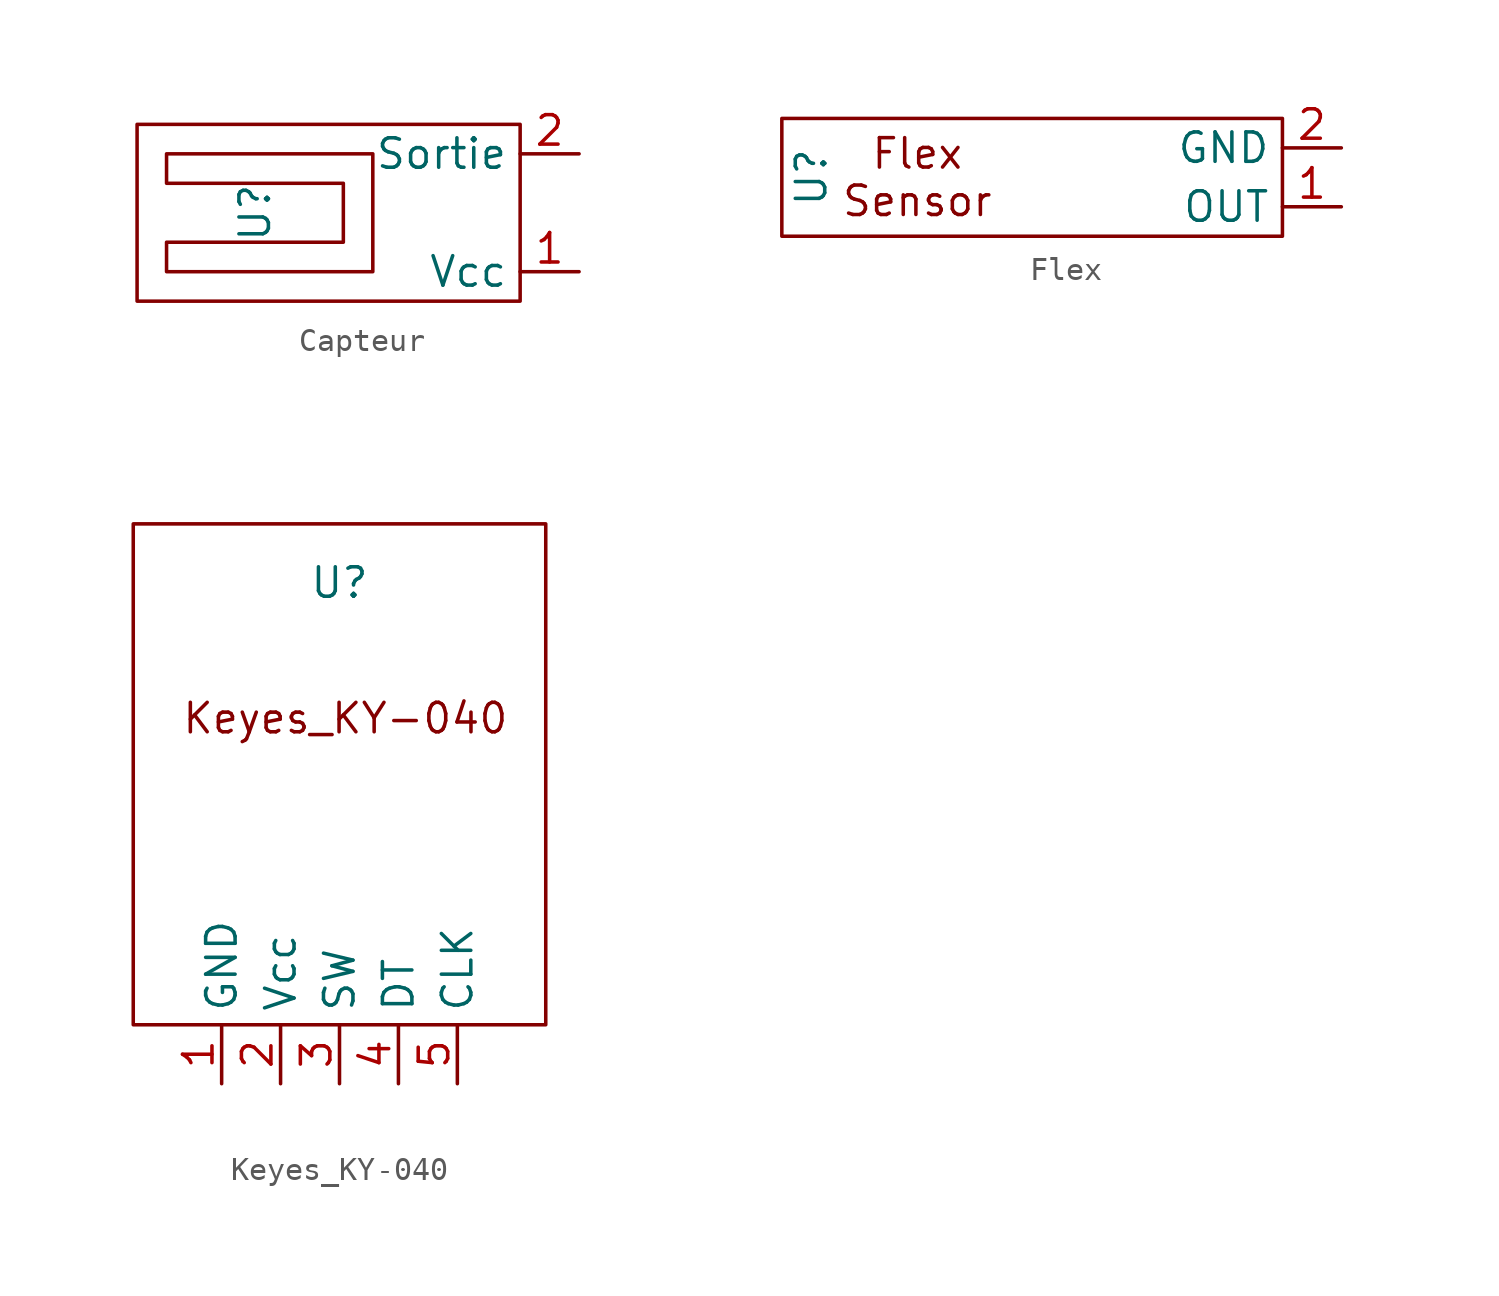
<source format=kicad_sym>
(kicad_symbol_lib
  (version 20231120)
  (generator "kicad_symbol_editor")
  (generator_version "8.0")
  (symbol "Capteur"
    (property "Reference" "U"
      (at -5.08 0 90)
      (effects (font (size 1.27 1.27))))
    (property "Value" ""
      (at -5.08 0 90)
      (effects (font (size 1.27 1.27))))
    (symbol "Capteur_0_1"
      (rectangle (start -10.16 -3.81) (end 6.35 3.81) (stroke (width 0) (type default)) (fill (type none)))
      (polyline (pts (xy -8.89 -2.54) (xy -8.89 -1.27) (xy -1.27 -1.27) (xy -1.27 1.27) (xy -8.89 1.27) (xy -8.89 2.54) (xy 0 2.54) (xy 0 -2.54) (xy -8.89 -2.54)) (stroke (width 0) (type default)) (fill (type none))))
    (symbol "Capteur_1_1"
      (pin input line (at 8.89 -2.54 180) (length 2.54) (name "Vcc" (effects (font (size 1.27 1.27)))) (number "1" (effects (font (size 1.27 1.27)))))
      (pin output line (at 8.89 2.54 180) (length 2.54) (name "Sortie" (effects (font (size 1.27 1.27)))) (number "2" (effects (font (size 1.27 1.27)))))))
  (symbol "Flex"
    (property "Reference" "U"
      (at -13.335 -13.335 90)
      (effects (font (size 1.27 1.27))))
    (property "Value" ""
      (at -13.335 -13.335 90)
      (effects (font (size 1.27 1.27))))
    (symbol "Flex_0_1"
      (rectangle (start -14.605 -15.875) (end 6.985 -10.795) (stroke (width 0) (type default)) (fill (type none))))
    (symbol "Flex_1_1"
      (text "Flex\nSensor" (at -8.763 -13.335 0) (effects (font (size 1.27 1.27))))
      (pin output line (at 9.525 -14.605 180) (length 2.54) (name "OUT" (effects (font (size 1.27 1.27)))) (number "1" (effects (font (size 1.27 1.27)))))
      (pin output line (at 9.525 -12.065 180) (length 2.54) (name "GND" (effects (font (size 1.27 1.27)))) (number "2" (effects (font (size 1.27 1.27)))))))
  (symbol "Keyes_KY-040"
    (property "Reference" "U"
      (at 0 0 0)
      (effects (font (size 1.27 1.27))))
    (property "Value" ""
      (at 0 0 0)
      (effects (font (size 1.27 1.27))))
    (symbol "Keyes_KY-040_0_1"
      (rectangle (start -8.89 2.54) (end 8.89 -19.05) (stroke (width 0) (type default)) (fill (type none))))
    (symbol "Keyes_KY-040_1_1"
      (text "Keyes_KY-040" (at 0.254 -5.842 0) (effects (font (size 1.27 1.27))))
      (pin input line (at -5.08 -21.59 90) (length 2.54) (name "GND" (effects (font (size 1.27 1.27)))) (number "1" (effects (font (size 1.27 1.27)))))
      (pin input line (at -2.54 -21.59 90) (length 2.54) (name "Vcc" (effects (font (size 1.27 1.27)))) (number "2" (effects (font (size 1.27 1.27)))))
      (pin input line (at 0 -21.59 90) (length 2.54) (name "SW" (effects (font (size 1.27 1.27)))) (number "3" (effects (font (size 1.27 1.27)))))
      (pin input line (at 2.54 -21.59 90) (length 2.54) (name "DT" (effects (font (size 1.27 1.27)))) (number "4" (effects (font (size 1.27 1.27)))))
      (pin input line (at 5.08 -21.59 90) (length 2.54) (name "CLK" (effects (font (size 1.27 1.27)))) (number "5" (effects (font (size 1.27 1.27))))))))
</source>
